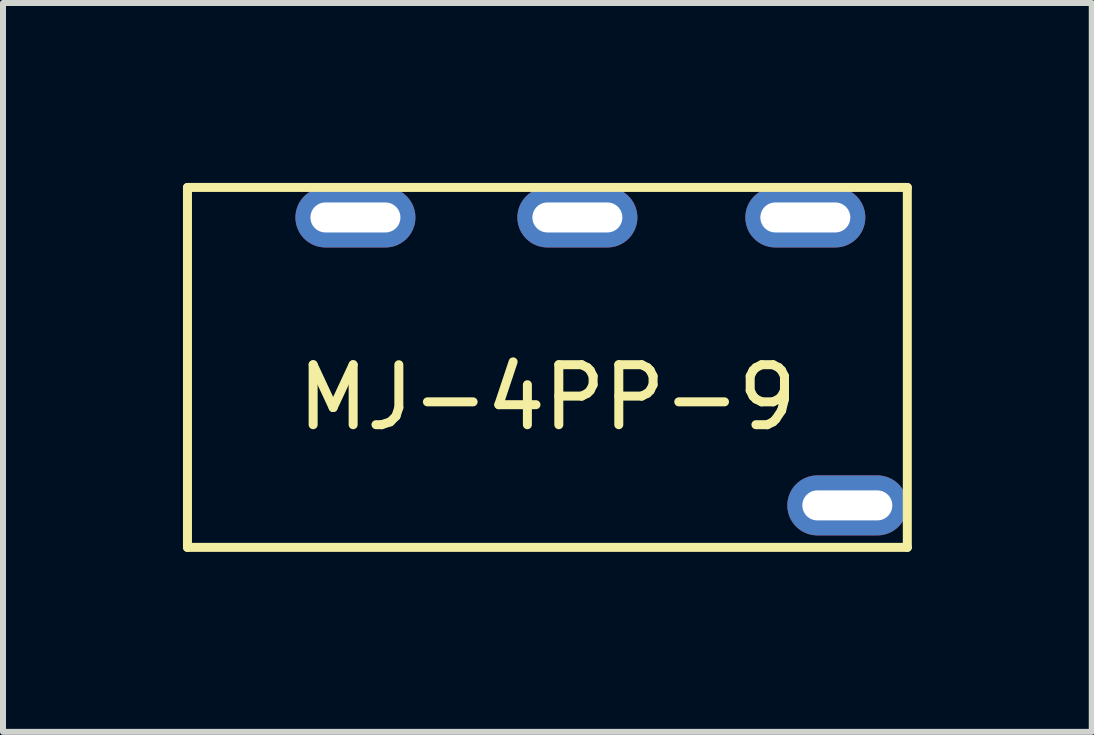
<source format=kicad_pcb>
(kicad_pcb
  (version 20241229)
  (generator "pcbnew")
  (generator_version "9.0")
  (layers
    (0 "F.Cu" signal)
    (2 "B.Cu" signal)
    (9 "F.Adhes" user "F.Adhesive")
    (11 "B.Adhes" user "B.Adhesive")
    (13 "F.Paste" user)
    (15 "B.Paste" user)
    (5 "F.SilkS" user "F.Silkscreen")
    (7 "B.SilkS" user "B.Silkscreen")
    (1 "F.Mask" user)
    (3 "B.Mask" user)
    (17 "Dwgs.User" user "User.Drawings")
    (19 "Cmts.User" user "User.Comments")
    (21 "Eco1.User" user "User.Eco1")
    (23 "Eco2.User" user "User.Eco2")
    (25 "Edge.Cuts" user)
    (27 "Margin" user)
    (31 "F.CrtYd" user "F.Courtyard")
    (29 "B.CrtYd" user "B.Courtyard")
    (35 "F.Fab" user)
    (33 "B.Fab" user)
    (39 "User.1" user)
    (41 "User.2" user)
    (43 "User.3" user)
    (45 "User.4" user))
  (footprint "MJ-4PP-9"
    (layer "F.Cu")
    (at 6.075 3.075)
    (property "Reference" "MJ-4PP-9" (at 0 0.5 0) (layer "F.SilkS") (effects (font (size 1 1) (thickness 0.15))))
    (attr through_hole)
    (fp_line (start -6 -3) (end 6 -3) (stroke (width 0.15) (type solid)) (layer "F.SilkS"))
    (fp_line (start -6 3) (end -6 -3) (stroke (width 0.15) (type solid)) (layer "F.SilkS"))
    (fp_line (start 6 -3) (end 6 3) (stroke (width 0.15) (type solid)) (layer "F.SilkS"))
    (fp_line (start 6 3) (end -6 3) (stroke (width 0.15) (type solid)) (layer "F.SilkS"))
    (pad "1" thru_hole oval (at 4.3 -2.5) (size 2 1) (drill oval 1.5 0.5) (layers "*.Cu" "*.Mask"))
    (pad "2" thru_hole oval (at 0.5 -2.5) (size 2 1) (drill oval 1.5 0.5) (layers "*.Cu" "*.Mask"))
    (pad "3" thru_hole oval (at -3.2 -2.5) (size 2 1) (drill oval 1.5 0.5) (layers "*.Cu" "*.Mask"))
    (pad "4" thru_hole oval (at 5 2.3) (size 2 1) (drill oval 1.5 0.5) (layers "*.Cu" "*.Mask")))
  (gr_rect
    (start -3 -3)
    (end 15.15 9.15)
    (stroke (width 0.1) (type default))
    (fill no)
    (layer "Edge.Cuts")))
</source>
